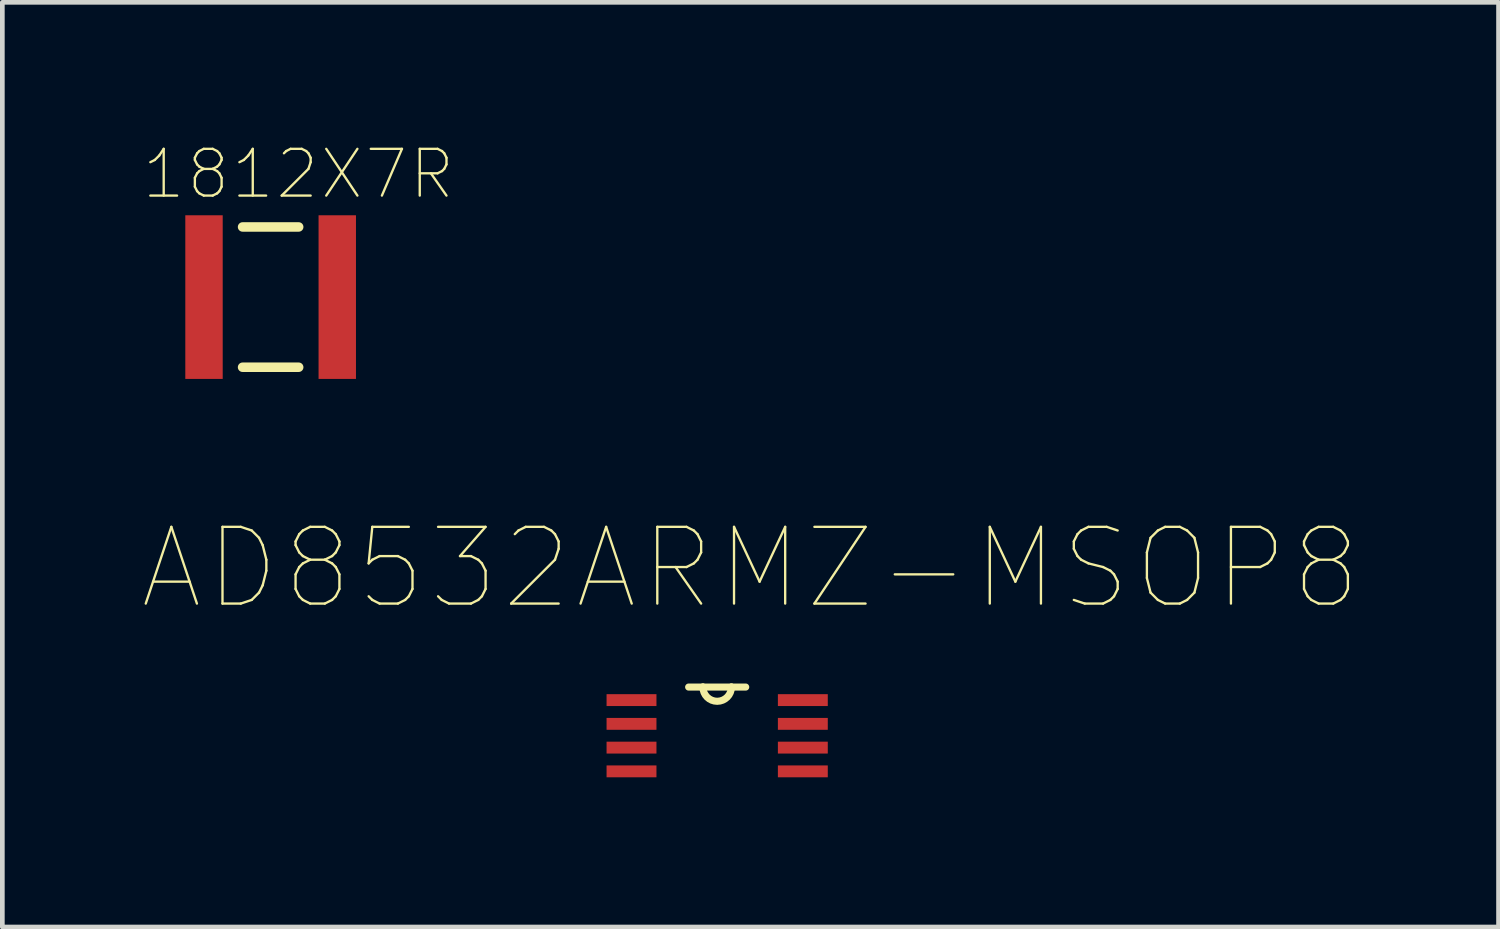
<source format=kicad_pcb>
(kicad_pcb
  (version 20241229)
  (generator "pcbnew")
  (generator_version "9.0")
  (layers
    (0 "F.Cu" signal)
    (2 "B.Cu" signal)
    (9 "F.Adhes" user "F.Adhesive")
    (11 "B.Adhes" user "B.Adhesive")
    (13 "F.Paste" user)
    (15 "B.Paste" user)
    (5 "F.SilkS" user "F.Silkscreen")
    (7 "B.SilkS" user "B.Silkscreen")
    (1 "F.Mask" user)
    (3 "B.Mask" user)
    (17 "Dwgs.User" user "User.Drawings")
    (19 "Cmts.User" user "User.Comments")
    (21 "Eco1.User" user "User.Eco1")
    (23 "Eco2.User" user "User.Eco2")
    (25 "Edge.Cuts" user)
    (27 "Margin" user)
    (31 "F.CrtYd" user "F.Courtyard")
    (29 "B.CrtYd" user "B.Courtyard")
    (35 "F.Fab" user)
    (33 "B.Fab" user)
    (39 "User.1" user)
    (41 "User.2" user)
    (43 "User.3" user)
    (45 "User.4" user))
  (footprint "1812X7R"
    (layer "F.Cu")
    (at 2.738 3.304)
    (property "Reference" "1812X7R" (at 0.594 -2.631 0) (layer "F.SilkS") (effects (font (size 1 1) (thickness 0.05))))
    (attr smd)
    (fp_line (start -0.6 -1.5) (end 0.6 -1.5) (stroke (width 0.203) (type solid)) (layer "F.SilkS"))
    (fp_line (start 0.6 1.5) (end -0.6 1.5) (stroke (width 0.203) (type solid)) (layer "F.SilkS"))
    (fp_line (start -1.1 -1.5) (end 1.1 -1.5) (stroke (width 0.203) (type solid)) (layer "Eco2.User"))
    (fp_line (start 1.1 1.5) (end -1.1 1.5) (stroke (width 0.203) (type solid)) (layer "Eco2.User"))
    (fp_poly (pts (xy -1.4 -1.6) (xy -1.1 -1.6) (xy -1.1 1.6) (xy -1.4 1.6)) (stroke (width 0.1) (type solid)) (fill no) (layer "Eco2.User"))
    (fp_poly (pts (xy 1.4 1.6) (xy 1.1 1.6) (xy 1.1 -1.6) (xy 1.4 -1.6)) (stroke (width 0.1) (type solid)) (fill no) (layer "Eco2.User"))
    (pad "1" smd rect (at -1.425 0) (size 0.8 3.5) (layers "F.Cu" "F.Mask" "F.Paste"))
    (pad "2" smd rect (at 1.425 0 180) (size 0.8 3.5) (layers "F.Cu" "F.Mask" "F.Paste")))
  (footprint "AD8532ARMZ-MSOP8"
    (layer "F.Cu")
    (at 12.288 12.685)
    (property "Reference" "AD8532ARMZ-MSOP8" (at 0.712 -3.583 0) (layer "F.SilkS") (effects (font (size 1.641 1.641) (thickness 0.05))))
    (attr smd)
    (fp_line (start -0.305 -1.041) (end -0.61 -1.041) (stroke (width 0.152) (type solid)) (layer "F.SilkS"))
    (fp_line (start 0.305 -1.041) (end -0.305 -1.041) (stroke (width 0.152) (type solid)) (layer "F.SilkS"))
    (fp_line (start 0.61 -1.041) (end 0.305 -1.041) (stroke (width 0.152) (type solid)) (layer "F.SilkS"))
    (fp_arc (start 0.3048 -1.0414) (mid 0 -0.7366) (end -0.3048 -1.0414) (stroke (width 0.1524) (type solid)) (layer "F.SilkS"))
    (fp_line (start -2.01 -0.864) (end -2.01 -0.635) (stroke (width 0.1) (type solid)) (layer "Eco2.User"))
    (fp_line (start -2.01 -0.635) (end -1.604 -0.635) (stroke (width 0.1) (type solid)) (layer "Eco2.User"))
    (fp_line (start -2.01 -0.381) (end -2.01 -0.127) (stroke (width 0.1) (type solid)) (layer "Eco2.User"))
    (fp_line (start -2.01 -0.127) (end -1.604 -0.127) (stroke (width 0.1) (type solid)) (layer "Eco2.User"))
    (fp_line (start -2.01 0.127) (end -2.01 0.381) (stroke (width 0.1) (type solid)) (layer "Eco2.User"))
    (fp_line (start -2.01 0.381) (end -1.604 0.381) (stroke (width 0.1) (type solid)) (layer "Eco2.User"))
    (fp_line (start -2.01 0.635) (end -2.01 0.864) (stroke (width 0.1) (type solid)) (layer "Eco2.User"))
    (fp_line (start -2.01 0.864) (end -1.604 0.864) (stroke (width 0.1) (type solid)) (layer "Eco2.User"))
    (fp_line (start -1.604 -1.041) (end -1.604 1.041) (stroke (width 0.1) (type solid)) (layer "Eco2.User"))
    (fp_line (start -1.604 -0.864) (end -2.01 -0.864) (stroke (width 0.1) (type solid)) (layer "Eco2.User"))
    (fp_line (start -1.604 -0.635) (end -1.604 -0.864) (stroke (width 0.1) (type solid)) (layer "Eco2.User"))
    (fp_line (start -1.604 -0.381) (end -2.01 -0.381) (stroke (width 0.1) (type solid)) (layer "Eco2.User"))
    (fp_line (start -1.604 -0.127) (end -1.604 -0.381) (stroke (width 0.1) (type solid)) (layer "Eco2.User"))
    (fp_line (start -1.604 0.127) (end -2.01 0.127) (stroke (width 0.1) (type solid)) (layer "Eco2.User"))
    (fp_line (start -1.604 0.381) (end -1.604 0.127) (stroke (width 0.1) (type solid)) (layer "Eco2.User"))
    (fp_line (start -1.604 0.635) (end -2.01 0.635) (stroke (width 0.1) (type solid)) (layer "Eco2.User"))
    (fp_line (start -1.604 0.864) (end -1.604 0.635) (stroke (width 0.1) (type solid)) (layer "Eco2.User"))
    (fp_line (start -1.6 1.041) (end 1.6 1.041) (stroke (width 0.1) (type solid)) (layer "Eco2.User"))
    (fp_line (start -0.305 -1.041) (end -1.6 -1.041) (stroke (width 0.1) (type solid)) (layer "Eco2.User"))
    (fp_line (start 0.305 -1.041) (end -0.305 -1.041) (stroke (width 0.1) (type solid)) (layer "Eco2.User"))
    (fp_line (start 1.6 -1.041) (end 0.305 -1.041) (stroke (width 0.1) (type solid)) (layer "Eco2.User"))
    (fp_line (start 1.604 -0.864) (end 1.604 -0.635) (stroke (width 0.1) (type solid)) (layer "Eco2.User"))
    (fp_line (start 1.604 -0.635) (end 2.01 -0.635) (stroke (width 0.1) (type solid)) (layer "Eco2.User"))
    (fp_line (start 1.604 -0.381) (end 1.604 -0.127) (stroke (width 0.1) (type solid)) (layer "Eco2.User"))
    (fp_line (start 1.604 -0.127) (end 2.01 -0.127) (stroke (width 0.1) (type solid)) (layer "Eco2.User"))
    (fp_line (start 1.604 0.127) (end 1.604 0.381) (stroke (width 0.1) (type solid)) (layer "Eco2.User"))
    (fp_line (start 1.604 0.381) (end 2.01 0.381) (stroke (width 0.1) (type solid)) (layer "Eco2.User"))
    (fp_line (start 1.604 0.635) (end 1.604 0.864) (stroke (width 0.1) (type solid)) (layer "Eco2.User"))
    (fp_line (start 1.604 0.864) (end 2.01 0.864) (stroke (width 0.1) (type solid)) (layer "Eco2.User"))
    (fp_line (start 1.604 1.041) (end 1.604 -1.041) (stroke (width 0.1) (type solid)) (layer "Eco2.User"))
    (fp_line (start 2.01 -0.864) (end 1.604 -0.864) (stroke (width 0.1) (type solid)) (layer "Eco2.User"))
    (fp_line (start 2.01 -0.635) (end 2.01 -0.864) (stroke (width 0.1) (type solid)) (layer "Eco2.User"))
    (fp_line (start 2.01 -0.381) (end 1.604 -0.381) (stroke (width 0.1) (type solid)) (layer "Eco2.User"))
    (fp_line (start 2.01 -0.127) (end 2.01 -0.381) (stroke (width 0.1) (type solid)) (layer "Eco2.User"))
    (fp_line (start 2.01 0.127) (end 1.604 0.127) (stroke (width 0.1) (type solid)) (layer "Eco2.User"))
    (fp_line (start 2.01 0.381) (end 2.01 0.127) (stroke (width 0.1) (type solid)) (layer "Eco2.User"))
    (fp_line (start 2.01 0.635) (end 1.604 0.635) (stroke (width 0.1) (type solid)) (layer "Eco2.User"))
    (fp_line (start 2.01 0.864) (end 2.01 0.635) (stroke (width 0.1) (type solid)) (layer "Eco2.User"))
    (fp_arc (start 0.3048 -1.0414) (mid 0 -0.7366) (end -0.3048 -1.0414) (stroke (width 0.1) (type solid)) (layer "Eco2.User"))
    (pad "1" smd rect (at -1.832 -0.762) (size 1.067 0.254) (layers "F.Cu" "F.Mask" "F.Paste"))
    (pad "2" smd rect (at -1.832 -0.254) (size 1.067 0.254) (layers "F.Cu" "F.Mask" "F.Paste"))
    (pad "3" smd rect (at -1.832 0.254) (size 1.067 0.254) (layers "F.Cu" "F.Mask" "F.Paste"))
    (pad "4" smd rect (at -1.832 0.762) (size 1.067 0.254) (layers "F.Cu" "F.Mask" "F.Paste"))
    (pad "5" smd rect (at 1.832 0.762) (size 1.067 0.254) (layers "F.Cu" "F.Mask" "F.Paste"))
    (pad "6" smd rect (at 1.832 0.254) (size 1.067 0.254) (layers "F.Cu" "F.Mask" "F.Paste"))
    (pad "7" smd rect (at 1.832 -0.254) (size 1.067 0.254) (layers "F.Cu" "F.Mask" "F.Paste"))
    (pad "8" smd rect (at 1.832 -0.762) (size 1.067 0.254) (layers "F.Cu" "F.Mask" "F.Paste")))
  (gr_rect
    (start -3 -3)
    (end 28.999 16.776)
    (stroke (width 0.1) (type default))
    (fill no)
    (layer "Edge.Cuts")))
</source>
